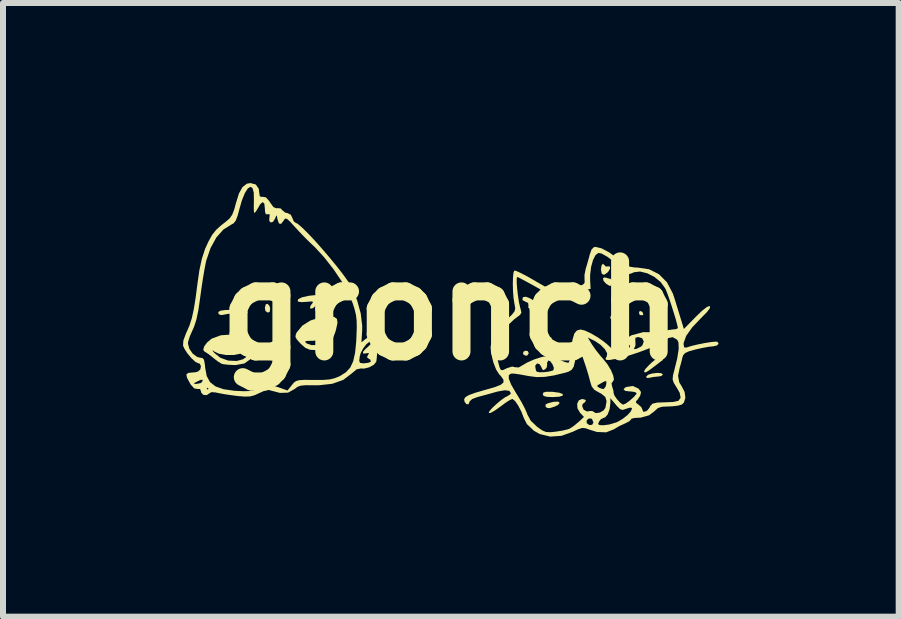
<source format=kicad_pcb>
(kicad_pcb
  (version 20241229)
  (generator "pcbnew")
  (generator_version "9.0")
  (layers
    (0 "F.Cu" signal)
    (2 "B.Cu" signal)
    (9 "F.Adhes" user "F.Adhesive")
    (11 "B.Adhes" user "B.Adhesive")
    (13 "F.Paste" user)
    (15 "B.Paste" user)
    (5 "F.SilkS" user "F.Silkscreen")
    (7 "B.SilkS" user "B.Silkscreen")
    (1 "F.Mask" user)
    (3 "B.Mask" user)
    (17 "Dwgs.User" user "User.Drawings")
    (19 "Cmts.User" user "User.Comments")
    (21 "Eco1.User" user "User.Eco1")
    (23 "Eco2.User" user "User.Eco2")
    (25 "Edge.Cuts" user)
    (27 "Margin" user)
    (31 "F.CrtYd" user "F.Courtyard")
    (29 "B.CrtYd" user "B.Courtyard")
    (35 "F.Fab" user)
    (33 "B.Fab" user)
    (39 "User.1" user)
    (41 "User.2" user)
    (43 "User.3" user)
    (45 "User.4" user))
  (footprint "gronch"
    (layer "F.Cu")
    (at 4.46 2.127)
    (property "Reference" "gronch" (at 0 0 0) (layer "F.SilkS") (effects (font (size 1.5 1.5) (thickness 0.3))))
    (attr board_only exclude_from_pos_files exclude_from_bom)
    (fp_poly (pts (xy 1.686 0.476) (xy 1.683 0.505) (xy 1.665 0.528) (xy 1.645 0.505) (xy 1.633 0.459) (xy 1.639 0.446) (xy 1.67 0.441)) (stroke (width 0) (type solid)) (fill yes) (layer "F.SilkS"))
    (fp_poly (pts (xy 3.194 0.022) (xy 3.209 0.061) (xy 3.196 0.075) (xy 3.153 0.072) (xy 3.143 0.061) (xy 3.135 0.017) (xy 3.166 0.005)) (stroke (width 0) (type solid)) (fill yes) (layer "F.SilkS"))
    (fp_poly (pts (xy -3.019 -0.077) (xy -3.009 -0.037) (xy -3.017 0.02) (xy -3.048 0.031) (xy -3.088 0.004) (xy -3.097 -0.05) (xy -3.082 -0.107) (xy -3.05 -0.115)) (stroke (width 0) (type solid)) (fill yes) (layer "F.SilkS"))
    (fp_poly (pts (xy -2.819 -0.131) (xy -2.815 -0.109) (xy -2.832 -0.068) (xy -2.847 -0.063) (xy -2.874 -0.088) (xy -2.878 -0.109) (xy -2.861 -0.151) (xy -2.847 -0.156)) (stroke (width 0) (type solid)) (fill yes) (layer "F.SilkS"))
    (fp_poly (pts (xy -2.813 0.955) (xy -2.788 0.994) (xy -2.788 1.041) (xy -2.813 1.064) (xy -2.856 1.041) (xy -2.862 1.032) (xy -2.868 0.986) (xy -2.843 0.953)) (stroke (width 0) (type solid)) (fill yes) (layer "F.SilkS"))
    (fp_poly (pts (xy 1.283 0.673) (xy 1.3 0.709) (xy 1.276 0.744) (xy 1.251 0.751) (xy 1.21 0.728) (xy 1.206 0.722) (xy 1.208 0.685) (xy 1.245 0.665)) (stroke (width 0) (type solid)) (fill yes) (layer "F.SilkS"))
    (fp_poly (pts (xy 1.481 0.553) (xy 1.501 0.597) (xy 1.481 0.625) (xy 1.472 0.626) (xy 1.429 0.603) (xy 1.425 0.596) (xy 1.426 0.559) (xy 1.459 0.543)) (stroke (width 0) (type solid)) (fill yes) (layer "F.SilkS"))
    (fp_poly (pts (xy 2.718 0.088) (xy 2.721 0.109) (xy 2.705 0.151) (xy 2.69 0.156) (xy 2.662 0.131) (xy 2.659 0.109) (xy 2.676 0.068) (xy 2.69 0.063)) (stroke (width 0) (type solid)) (fill yes) (layer "F.SilkS"))
    (fp_poly (pts (xy 2.814 0.055) (xy 2.815 0.063) (xy 2.791 0.093) (xy 2.784 0.094) (xy 2.754 0.07) (xy 2.753 0.063) (xy 2.777 0.032) (xy 2.784 0.031)) (stroke (width 0) (type solid)) (fill yes) (layer "F.SilkS"))
    (fp_poly (pts (xy 2.966 0.024) (xy 2.972 0.045) (xy 2.954 0.096) (xy 2.917 0.114) (xy 2.898 0.103) (xy 2.878 0.054) (xy 2.896 0.01) (xy 2.925 0)) (stroke (width 0) (type solid)) (fill yes) (layer "F.SilkS"))
    (fp_poly (pts (xy -2.921 0.959) (xy -2.914 0.983) (xy -2.919 1.041) (xy -2.946 1.079) (xy -2.98 1.076) (xy -2.982 1.074) (xy -2.998 1.029) (xy -3.003 0.978) (xy -2.987 0.924) (xy -2.953 0.918)) (stroke (width 0) (type solid)) (fill yes) (layer "F.SilkS"))
    (fp_poly (pts (xy 1.815 1.536) (xy 1.784 1.572) (xy 1.734 1.596) (xy 1.65 1.623) (xy 1.603 1.619) (xy 1.581 1.597) (xy 1.576 1.568) (xy 1.61 1.545) (xy 1.694 1.522) (xy 1.713 1.518) (xy 1.79 1.514)) (stroke (width 0) (type solid)) (fill yes) (layer "F.SilkS"))
    (fp_poly (pts (xy 2.583 -0.551) (xy 2.643 -0.534) (xy 2.661 -0.532) (xy 2.685 -0.506) (xy 2.69 -0.469) (xy 2.679 -0.417) (xy 2.642 -0.416) (xy 2.588 -0.45) (xy 2.545 -0.498) (xy 2.536 -0.54) (xy 2.561 -0.556)) (stroke (width 0) (type solid)) (fill yes) (layer "F.SilkS"))
    (fp_poly (pts (xy 1.686 1.351) (xy 1.695 1.351) (xy 1.808 1.366) (xy 1.866 1.389) (xy 1.867 1.413) (xy 1.811 1.432) (xy 1.707 1.439) (xy 1.604 1.435) (xy 1.55 1.421) (xy 1.533 1.394) (xy 1.533 1.39) (xy 1.545 1.362) (xy 1.592 1.35)) (stroke (width 0) (type solid)) (fill yes) (layer "F.SilkS"))
    (fp_poly (pts (xy 3.504 1.04) (xy 3.534 1.059) (xy 3.535 1.062) (xy 3.508 1.088) (xy 3.464 1.095) (xy 3.375 1.104) (xy 3.319 1.116) (xy 3.266 1.122) (xy 3.258 1.096) (xy 3.259 1.092) (xy 3.294 1.064) (xy 3.361 1.045) (xy 3.439 1.036)) (stroke (width 0) (type solid)) (fill yes) (layer "F.SilkS"))
    (fp_poly (pts (xy 2.564 -0.759) (xy 2.565 -0.752) (xy 2.588 -0.735) (xy 2.612 -0.739) (xy 2.651 -0.738) (xy 2.655 -0.702) (xy 2.623 -0.649) (xy 2.614 -0.639) (xy 2.554 -0.598) (xy 2.516 -0.615) (xy 2.502 -0.688) (xy 2.512 -0.754) (xy 2.533 -0.782) (xy 2.534 -0.782)) (stroke (width 0) (type solid)) (fill yes) (layer "F.SilkS"))
    (fp_poly (pts (xy 3.513 0.779) (xy 3.535 0.813) (xy 3.533 0.821) (xy 3.502 0.843) (xy 3.439 0.892) (xy 3.388 0.931) (xy 3.299 0.997) (xy 3.248 1.027) (xy 3.226 1.024) (xy 3.222 1.005) (xy 3.243 0.97) (xy 3.299 0.91) (xy 3.35 0.861) (xy 3.435 0.792) (xy 3.49 0.77)) (stroke (width 0) (type solid)) (fill yes) (layer "F.SilkS"))
    (fp_poly (pts (xy -3.486 -0.011) (xy -3.408 0.005) (xy -3.386 0.024) (xy -3.393 0.048) (xy -3.444 0.051) (xy -3.495 0.045) (xy -3.61 0.04) (xy -3.725 0.055) (xy -3.732 0.057) (xy -3.824 0.073) (xy -3.866 0.058) (xy -3.874 0.023) (xy -3.84 -0.000022) (xy -3.759 -0.012) (xy -3.622 -0.016) (xy -3.621 -0.016)) (stroke (width 0) (type solid)) (fill yes) (layer "F.SilkS"))
    (fp_poly (pts (xy 1.322 -0.206) (xy 1.399 -0.157) (xy 1.464 -0.1) (xy 1.499 -0.046) (xy 1.501 -0.032) (xy 1.481 0.000401) (xy 1.436 0.032) (xy 1.392 0.049) (xy 1.373 0.04) (xy 1.373 -0.008) (xy 1.351 -0.028) (xy 1.326 -0.031) (xy 1.291 -0.05) (xy 1.295 -0.081) (xy 1.289 -0.129) (xy 1.251 -0.147) (xy 1.195 -0.177) (xy 1.199 -0.218) (xy 1.208 -0.227) (xy 1.253 -0.233)) (stroke (width 0) (type solid)) (fill yes) (layer "F.SilkS"))
    (fp_poly (pts (xy -2.132 -0.25) (xy -2.113 -0.227) (xy -2.097 -0.156) (xy -2.118 -0.131) (xy -2.14 -0.135) (xy -2.192 -0.127) (xy -2.238 -0.092) (xy -2.296 -0.043) (xy -2.335 -0.034) (xy -2.346 -0.056) (xy -2.327 -0.098) (xy -2.307 -0.123) (xy -2.293 -0.147) (xy -2.32 -0.155) (xy -2.399 -0.148) (xy -2.401 -0.148) (xy -2.486 -0.143) (xy -2.542 -0.152) (xy -2.55 -0.158) (xy -2.542 -0.192) (xy -2.48 -0.223) (xy -2.371 -0.248) (xy -2.293 -0.257) (xy -2.189 -0.262)) (stroke (width 0) (type solid)) (fill yes) (layer "F.SilkS"))
    (fp_poly (pts (xy -1.942 0.103) (xy -1.896 0.136) (xy -1.887 0.202) (xy -1.911 0.312) (xy -1.924 0.357) (xy -1.979 0.501) (xy -2.04 0.592) (xy -2.119 0.64) (xy -2.226 0.657) (xy -2.247 0.657) (xy -2.348 0.65) (xy -2.421 0.62) (xy -2.496 0.554) (xy -2.502 0.548) (xy -2.533 0.514) (xy -2.428 0.514) (xy -2.411 0.536) (xy -2.398 0.546) (xy -2.321 0.573) (xy -2.219 0.571) (xy -2.125 0.544) (xy -2.073 0.507) (xy -2.045 0.457) (xy -2.066 0.445) (xy -2.122 0.467) (xy -2.193 0.488) (xy -2.292 0.501) (xy -2.321 0.501) (xy -2.401 0.504) (xy -2.428 0.514) (xy -2.533 0.514) (xy -2.564 0.48) (xy -2.588 0.434) (xy -2.58 0.389) (xy -2.564 0.358) (xy -2.473 0.248) (xy -2.338 0.163) (xy -2.174 0.109) (xy -2.028 0.094)) (stroke (width 0) (type solid)) (fill yes) (layer "F.SilkS"))
    (fp_poly (pts (xy -3.494 0.424) (xy -3.348 0.488) (xy -3.292 0.531) (xy -3.246 0.587) (xy -3.245 0.642) (xy -3.259 0.681) (xy -3.335 0.806) (xy -3.44 0.879) (xy -3.583 0.905) (xy -3.607 0.905) (xy -3.709 0.9) (xy -3.79 0.891) (xy -3.816 0.884) (xy -3.869 0.853) (xy -3.942 0.798) (xy -3.962 0.781) (xy -4.034 0.724) (xy -4.092 0.686) (xy -4.103 0.681) (xy -4.119 0.657) (xy -3.971 0.657) (xy -3.963 0.673) (xy -3.941 0.701) (xy -3.84 0.783) (xy -3.708 0.831) (xy -3.566 0.837) (xy -3.461 0.809) (xy -3.398 0.764) (xy -3.37 0.721) (xy -3.366 0.689) (xy -3.388 0.683) (xy -3.45 0.7) (xy -3.484 0.712) (xy -3.608 0.737) (xy -3.743 0.738) (xy -3.864 0.716) (xy -3.938 0.68) (xy -3.971 0.657) (xy -4.119 0.657) (xy -4.124 0.649) (xy -4.107 0.593) (xy -4.059 0.528) (xy -3.99 0.47) (xy -3.978 0.463) (xy -3.83 0.409) (xy -3.662 0.397)) (stroke (width 0) (type solid)) (fill yes) (layer "F.SilkS"))
    (fp_poly (pts (xy -3.248 -2.103) (xy -3.199 -2.032) (xy -3.191 -1.967) (xy -3.182 -1.907) (xy -3.148 -1.895) (xy -3.133 -1.898) (xy -3.08 -1.889) (xy -3.026 -1.829) (xy -3.009 -1.802) (xy -2.954 -1.727) (xy -2.907 -1.706) (xy -2.891 -1.71) (xy -2.833 -1.704) (xy -2.81 -1.678) (xy -2.757 -1.634) (xy -2.72 -1.627) (xy -2.664 -1.598) (xy -2.64 -1.548) (xy -2.616 -1.49) (xy -2.592 -1.47) (xy -2.548 -1.447) (xy -2.473 -1.382) (xy -2.375 -1.285) (xy -2.26 -1.163) (xy -2.138 -1.025) (xy -2.014 -0.88) (xy -1.896 -0.736) (xy -1.792 -0.602) (xy -1.708 -0.485) (xy -1.653 -0.395) (xy -1.651 -0.391) (xy -1.561 -0.176) (xy -1.5 0.046) (xy -1.475 0.252) (xy -1.476 0.328) (xy -1.488 0.526) (xy -1.413 0.466) (xy -1.339 0.423) (xy -1.276 0.407) (xy -1.243 0.413) (xy -1.226 0.443) (xy -1.221 0.509) (xy -1.222 0.602) (xy -1.227 0.714) (xy -1.235 0.806) (xy -1.241 0.849) (xy -1.28 0.899) (xy -1.356 0.942) (xy -1.442 0.964) (xy -1.498 0.962) (xy -1.567 0.976) (xy -1.655 1.049) (xy -1.792 1.153) (xy -1.973 1.217) (xy -2.199 1.242) (xy -2.289 1.242) (xy -2.416 1.241) (xy -2.498 1.248) (xy -2.554 1.268) (xy -2.6 1.303) (xy -2.604 1.306) (xy -2.711 1.365) (xy -2.847 1.369) (xy -2.958 1.34) (xy -3.031 1.321) (xy -3.097 1.33) (xy -3.185 1.37) (xy -3.188 1.371) (xy -3.266 1.407) (xy -3.339 1.427) (xy -3.425 1.431) (xy -3.542 1.422) (xy -3.66 1.407) (xy -3.773 1.39) (xy -3.874 1.371) (xy -3.915 1.362) (xy -3.986 1.356) (xy -4.018 1.374) (xy -4.065 1.406) (xy -4.121 1.402) (xy -4.157 1.366) (xy -4.16 1.348) (xy -4.177 1.304) (xy -4.219 1.304) (xy -4.251 1.298) (xy -4.067 1.298) (xy -4.051 1.314) (xy -4.035 1.298) (xy -4.051 1.283) (xy -4.067 1.298) (xy -4.251 1.298) (xy -4.273 1.295) (xy -4.33 1.233) (xy -4.344 1.211) (xy -4.346 1.207) (xy -4.275 1.207) (xy -4.273 1.218) (xy -4.233 1.219) (xy -4.169 1.206) (xy -4.143 1.187) (xy -4.132 1.15) (xy -4.167 1.152) (xy -4.223 1.178) (xy -4.275 1.207) (xy -4.346 1.207) (xy -4.395 1.116) (xy -4.405 1.06) (xy -4.373 1.036) (xy -4.335 1.032) (xy -4.254 1.025) (xy -4.21 1.013) (xy -4.172 0.976) (xy -4.162 0.924) (xy -4.181 0.883) (xy -4.204 0.876) (xy -4.254 0.852) (xy -4.32 0.791) (xy -4.387 0.712) (xy -4.439 0.631) (xy -4.46 0.582) (xy -4.458 0.546) (xy -4.379 0.546) (xy -4.356 0.633) (xy -4.299 0.715) (xy -4.225 0.77) (xy -4.178 0.782) (xy -4.135 0.789) (xy -4.111 0.818) (xy -4.098 0.886) (xy -4.091 0.953) (xy -4.066 1.088) (xy -4.011 1.189) (xy -3.919 1.261) (xy -3.785 1.308) (xy -3.6 1.334) (xy -3.455 1.341) (xy -3.358 1.338) (xy -3.287 1.327) (xy -3.267 1.318) (xy -3.219 1.29) (xy -3.141 1.259) (xy -3.132 1.256) (xy -3.051 1.238) (xy -2.969 1.245) (xy -2.873 1.275) (xy -2.72 1.329) (xy -2.648 1.239) (xy -2.613 1.197) (xy -2.576 1.171) (xy -2.524 1.157) (xy -2.443 1.152) (xy -2.316 1.153) (xy -2.28 1.153) (xy -2.129 1.153) (xy -2.021 1.145) (xy -1.938 1.126) (xy -1.86 1.095) (xy -1.844 1.087) (xy -1.746 1.025) (xy -1.675 0.948) (xy -1.626 0.843) (xy -1.624 0.835) (xy -1.525 0.835) (xy -1.512 0.868) (xy -1.464 0.876) (xy -1.442 0.876) (xy -1.37 0.867) (xy -1.331 0.848) (xy -1.34 0.815) (xy -1.364 0.801) (xy -1.397 0.775) (xy -1.378 0.737) (xy -1.36 0.706) (xy -1.392 0.706) (xy -1.406 0.71) (xy -1.459 0.714) (xy -1.463 0.686) (xy -1.417 0.634) (xy -1.384 0.606) (xy -1.333 0.556) (xy -1.316 0.521) (xy -1.318 0.517) (xy -1.355 0.517) (xy -1.406 0.558) (xy -1.458 0.626) (xy -1.5 0.705) (xy -1.516 0.759) (xy -1.525 0.835) (xy -1.624 0.835) (xy -1.594 0.701) (xy -1.575 0.51) (xy -1.572 0.442) (xy -1.566 0.283) (xy -1.568 0.165) (xy -1.58 0.067) (xy -1.604 -0.032) (xy -1.636 -0.131) (xy -1.709 -0.3) (xy -1.82 -0.494) (xy -1.956 -0.695) (xy -2.107 -0.888) (xy -2.262 -1.057) (xy -2.303 -1.095) (xy -2.41 -1.199) (xy -2.527 -1.32) (xy -2.602 -1.402) (xy -2.679 -1.486) (xy -2.727 -1.529) (xy -2.755 -1.537) (xy -2.776 -1.516) (xy -2.783 -1.503) (xy -2.827 -1.447) (xy -2.862 -1.453) (xy -2.886 -1.519) (xy -2.887 -1.525) (xy -2.898 -1.583) (xy -2.909 -1.582) (xy -2.924 -1.541) (xy -2.959 -1.483) (xy -2.999 -1.469) (xy -3.024 -1.497) (xy -3.022 -1.548) (xy -3.015 -1.602) (xy -3.039 -1.61) (xy -3.049 -1.607) (xy -3.082 -1.608) (xy -3.095 -1.654) (xy -3.097 -1.701) (xy -3.106 -1.785) (xy -3.133 -1.81) (xy -3.175 -1.774) (xy -3.206 -1.72) (xy -3.244 -1.657) (xy -3.271 -1.627) (xy -3.272 -1.627) (xy -3.28 -1.655) (xy -3.282 -1.73) (xy -3.28 -1.835) (xy -3.28 -1.835) (xy -3.282 -1.967) (xy -3.303 -2.043) (xy -3.338 -2.065) (xy -3.382 -2.036) (xy -3.431 -1.959) (xy -3.481 -1.835) (xy -3.517 -1.709) (xy -3.551 -1.583) (xy -3.581 -1.504) (xy -3.615 -1.459) (xy -3.658 -1.434) (xy -3.658 -1.434) (xy -3.788 -1.353) (xy -3.905 -1.221) (xy -4.002 -1.045) (xy -4.073 -0.837) (xy -4.08 -0.808) (xy -4.102 -0.696) (xy -4.128 -0.544) (xy -4.154 -0.371) (xy -4.175 -0.219) (xy -4.205 -0.01) (xy -4.238 0.148) (xy -4.277 0.268) (xy -4.302 0.324) (xy -4.346 0.423) (xy -4.374 0.51) (xy -4.379 0.546) (xy -4.458 0.546) (xy -4.455 0.496) (xy -4.411 0.377) (xy -4.401 0.356) (xy -4.354 0.248) (xy -4.314 0.124) (xy -4.281 -0.028) (xy -4.25 -0.219) (xy -4.222 -0.438) (xy -4.188 -0.676) (xy -4.146 -0.868) (xy -4.093 -1.031) (xy -4.035 -1.157) (xy -3.976 -1.263) (xy -3.911 -1.345) (xy -3.824 -1.424) (xy -3.749 -1.482) (xy -3.685 -1.537) (xy -3.641 -1.6) (xy -3.606 -1.691) (xy -3.58 -1.789) (xy -3.529 -1.954) (xy -3.469 -2.061) (xy -3.397 -2.116) (xy -3.338 -2.127)) (stroke (width 0) (type solid)) (fill yes) (layer "F.SilkS"))
    (fp_poly (pts (xy 2.513 -1.039) (xy 2.643 -0.97) (xy 2.793 -0.86) (xy 2.817 -0.84) (xy 2.909 -0.769) (xy 2.985 -0.733) (xy 3.071 -0.72) (xy 3.112 -0.719) (xy 3.305 -0.691) (xy 3.469 -0.608) (xy 3.602 -0.474) (xy 3.699 -0.289) (xy 3.719 -0.232) (xy 3.743 -0.156) (xy 3.777 -0.045) (xy 3.815 0.079) (xy 3.816 0.082) (xy 3.884 0.304) (xy 4.082 0.102) (xy 4.188 -0.000429) (xy 4.267 -0.062) (xy 4.313 -0.079) (xy 4.317 -0.078) (xy 4.319 -0.045) (xy 4.27 0.021) (xy 4.179 0.113) (xy 4.023 0.277) (xy 3.923 0.418) (xy 3.881 0.534) (xy 3.879 0.559) (xy 3.889 0.611) (xy 3.925 0.614) (xy 3.934 0.611) (xy 4.01 0.587) (xy 4.115 0.562) (xy 4.229 0.539) (xy 4.335 0.522) (xy 4.413 0.515) (xy 4.444 0.518) (xy 4.463 0.55) (xy 4.434 0.579) (xy 4.369 0.594) (xy 4.36 0.594) (xy 4.29 0.602) (xy 4.184 0.622) (xy 4.08 0.645) (xy 3.969 0.676) (xy 3.905 0.705) (xy 3.872 0.741) (xy 3.86 0.778) (xy 3.837 0.872) (xy 3.814 0.951) (xy 3.787 1.085) (xy 3.806 1.191) (xy 3.848 1.26) (xy 3.896 1.353) (xy 3.909 1.45) (xy 3.885 1.529) (xy 3.85 1.563) (xy 3.784 1.582) (xy 3.684 1.593) (xy 3.624 1.595) (xy 3.519 1.6) (xy 3.453 1.621) (xy 3.403 1.665) (xy 3.395 1.674) (xy 3.303 1.743) (xy 3.166 1.781) (xy 3.058 1.787) (xy 3.011 1.799) (xy 3.003 1.812) (xy 2.977 1.84) (xy 2.913 1.874) (xy 2.901 1.879) (xy 2.802 1.925) (xy 2.717 1.976) (xy 2.589 2.026) (xy 2.436 2.02) (xy 2.319 1.984) (xy 2.245 1.958) (xy 2.189 1.953) (xy 2.126 1.973) (xy 2.037 2.015) (xy 1.846 2.084) (xy 1.658 2.097) (xy 1.484 2.055) (xy 1.387 2.001) (xy 1.268 1.888) (xy 1.219 1.791) (xy 1.176 1.681) (xy 1.124 1.58) (xy 1.072 1.505) (xy 1.03 1.471) (xy 1.025 1.47) (xy 0.984 1.488) (xy 0.911 1.535) (xy 0.823 1.6) (xy 0.736 1.662) (xy 0.668 1.7) (xy 0.633 1.707) (xy 0.633 1.707) (xy 0.642 1.677) (xy 0.688 1.623) (xy 0.757 1.558) (xy 0.834 1.493) (xy 0.904 1.443) (xy 0.946 1.422) (xy 0.992 1.392) (xy 1.001 1.373) (xy 0.974 1.334) (xy 0.897 1.325) (xy 0.772 1.348) (xy 0.745 1.356) (xy 0.62 1.391) (xy 0.494 1.425) (xy 0.446 1.438) (xy 0.358 1.471) (xy 0.315 1.509) (xy 0.313 1.518) (xy 0.295 1.559) (xy 0.259 1.555) (xy 0.229 1.515) (xy 0.223 1.474) (xy 0.245 1.439) (xy 0.303 1.405) (xy 0.405 1.368) (xy 0.559 1.323) (xy 0.584 1.316) (xy 0.737 1.272) (xy 0.833 1.234) (xy 0.878 1.195) (xy 0.878 1.15) (xy 0.837 1.091) (xy 0.82 1.073) (xy 0.967 1.073) (xy 0.967 1.133) (xy 1.007 1.232) (xy 1.088 1.372) (xy 1.109 1.405) (xy 1.178 1.521) (xy 1.236 1.631) (xy 1.272 1.715) (xy 1.275 1.726) (xy 1.332 1.832) (xy 1.438 1.933) (xy 1.521 1.992) (xy 1.586 2.02) (xy 1.662 2.024) (xy 1.749 2.015) (xy 1.858 1.998) (xy 1.949 1.976) (xy 1.986 1.962) (xy 2.052 1.918) (xy 2.127 1.855) (xy 2.134 1.849) (xy 2.154 1.831) (xy 2.263 1.831) (xy 2.266 1.874) (xy 2.309 1.905) (xy 2.356 1.9) (xy 2.363 1.888) (xy 2.455 1.888) (xy 2.477 1.905) (xy 2.545 1.908) (xy 2.643 1.895) (xy 2.754 1.862) (xy 2.78 1.851) (xy 2.864 1.802) (xy 2.942 1.741) (xy 2.998 1.68) (xy 3.02 1.632) (xy 3.014 1.617) (xy 2.976 1.616) (xy 2.917 1.636) (xy 2.864 1.653) (xy 2.821 1.64) (xy 2.768 1.587) (xy 2.749 1.564) (xy 2.659 1.457) (xy 2.659 1.54) (xy 2.646 1.643) (xy 2.614 1.728) (xy 2.571 1.778) (xy 2.551 1.783) (xy 2.501 1.808) (xy 2.471 1.846) (xy 2.455 1.888) (xy 2.363 1.888) (xy 2.377 1.863) (xy 2.356 1.809) (xy 2.343 1.797) (xy 2.296 1.796) (xy 2.263 1.831) (xy 2.154 1.831) (xy 2.219 1.769) (xy 2.154 1.7) (xy 2.111 1.626) (xy 2.106 1.549) (xy 2.135 1.491) (xy 2.19 1.47) (xy 2.241 1.483) (xy 2.252 1.501) (xy 2.228 1.532) (xy 2.221 1.533) (xy 2.195 1.559) (xy 2.19 1.592) (xy 2.215 1.65) (xy 2.271 1.679) (xy 2.321 1.67) (xy 2.364 1.672) (xy 2.373 1.682) (xy 2.419 1.706) (xy 2.485 1.696) (xy 2.547 1.66) (xy 2.577 1.616) (xy 2.596 1.508) (xy 2.575 1.437) (xy 2.507 1.382) (xy 2.473 1.364) (xy 2.392 1.318) (xy 2.348 1.26) (xy 2.343 1.245) (xy 2.441 1.245) (xy 2.446 1.265) (xy 2.484 1.289) (xy 2.531 1.304) (xy 2.549 1.303) (xy 2.578 1.268) (xy 2.591 1.224) (xy 2.593 1.176) (xy 2.568 1.174) (xy 2.528 1.195) (xy 2.469 1.229) (xy 2.441 1.245) (xy 2.343 1.245) (xy 2.319 1.168) (xy 2.318 1.161) (xy 2.291 1.061) (xy 2.25 0.928) (xy 2.203 0.79) (xy 2.196 0.771) (xy 2.105 0.525) (xy 2.086 0.711) (xy 2.069 0.846) (xy 2.048 0.933) (xy 2.014 0.985) (xy 1.961 1.016) (xy 1.91 1.032) (xy 1.719 1.078) (xy 1.567 1.102) (xy 1.434 1.106) (xy 1.301 1.089) (xy 1.263 1.082) (xy 1.15 1.061) (xy 1.057 1.048) (xy 1.006 1.047) (xy 0.967 1.073) (xy 0.82 1.073) (xy 0.804 1.056) (xy 0.756 0.98) (xy 0.711 0.864) (xy 0.691 0.788) (xy 0.669 0.677) (xy 0.665 0.617) (xy 0.753 0.617) (xy 0.766 0.738) (xy 0.787 0.842) (xy 0.812 0.94) (xy 0.834 0.986) (xy 0.868 0.99) (xy 0.926 0.962) (xy 0.938 0.956) (xy 1.025 0.93) (xy 1.068 0.941) (xy 1.132 0.945) (xy 1.154 0.933) (xy 1.408 0.933) (xy 1.419 0.994) (xy 1.431 1.014) (xy 1.474 1.025) (xy 1.551 1.024) (xy 1.634 1.014) (xy 1.698 0.997) (xy 1.712 0.988) (xy 1.717 0.949) (xy 1.695 0.893) (xy 1.661 0.845) (xy 1.628 0.829) (xy 1.624 0.83) (xy 1.603 0.873) (xy 1.607 0.892) (xy 1.599 0.944) (xy 1.576 0.973) (xy 1.538 0.992) (xy 1.516 0.958) (xy 1.512 0.944) (xy 1.481 0.891) (xy 1.44 0.878) (xy 1.411 0.908) (xy 1.408 0.933) (xy 1.154 0.933) (xy 1.193 0.91) (xy 1.275 0.862) (xy 1.389 0.812) (xy 1.509 0.773) (xy 1.607 0.752) (xy 1.627 0.751) (xy 1.691 0.765) (xy 1.78 0.8) (xy 1.812 0.816) (xy 1.893 0.852) (xy 1.952 0.866) (xy 1.965 0.864) (xy 1.981 0.826) (xy 1.997 0.744) (xy 2.011 0.633) (xy 2.011 0.624) (xy 2.03 0.475) (xy 2.039 0.446) (xy 2.283 0.446) (xy 2.351 0.559) (xy 2.414 0.651) (xy 2.496 0.754) (xy 2.535 0.798) (xy 2.61 0.891) (xy 2.669 0.99) (xy 2.707 1.08) (xy 2.719 1.149) (xy 2.7 1.18) (xy 2.678 1.211) (xy 2.691 1.27) (xy 2.711 1.336) (xy 2.713 1.37) (xy 2.726 1.411) (xy 2.767 1.471) (xy 2.819 1.529) (xy 2.864 1.562) (xy 2.872 1.564) (xy 2.917 1.545) (xy 2.982 1.498) (xy 3.046 1.441) (xy 3.089 1.392) (xy 3.097 1.374) (xy 3.069 1.355) (xy 3.002 1.345) (xy 2.987 1.345) (xy 2.909 1.336) (xy 2.879 1.312) (xy 2.902 1.282) (xy 2.927 1.27) (xy 3.034 1.254) (xy 3.125 1.296) (xy 3.132 1.302) (xy 3.17 1.354) (xy 3.157 1.413) (xy 3.154 1.419) (xy 3.114 1.48) (xy 3.088 1.506) (xy 3.087 1.533) (xy 3.124 1.562) (xy 3.176 1.607) (xy 3.191 1.643) (xy 3.208 1.685) (xy 3.257 1.674) (xy 3.271 1.665) (xy 3.31 1.618) (xy 3.325 1.587) (xy 3.362 1.548) (xy 3.444 1.53) (xy 3.479 1.529) (xy 3.588 1.525) (xy 3.687 1.521) (xy 3.703 1.521) (xy 3.793 1.501) (xy 3.83 1.45) (xy 3.814 1.368) (xy 3.768 1.286) (xy 3.716 1.203) (xy 3.696 1.142) (xy 3.703 1.075) (xy 3.721 1.006) (xy 3.773 0.795) (xy 3.798 0.635) (xy 3.794 0.528) (xy 3.772 0.483) (xy 3.699 0.441) (xy 3.628 0.454) (xy 3.611 0.467) (xy 3.543 0.515) (xy 3.43 0.573) (xy 3.286 0.635) (xy 3.126 0.695) (xy 2.966 0.747) (xy 2.908 0.763) (xy 2.748 0.803) (xy 2.642 0.821) (xy 2.587 0.818) (xy 2.579 0.794) (xy 2.598 0.764) (xy 2.606 0.711) (xy 2.568 0.641) (xy 2.567 0.64) (xy 3.051 0.64) (xy 3.091 0.636) (xy 3.094 0.635) (xy 3.164 0.601) (xy 3.193 0.576) (xy 3.216 0.512) (xy 3.188 0.458) (xy 3.125 0.438) (xy 3.077 0.45) (xy 3.074 0.496) (xy 3.076 0.507) (xy 3.078 0.577) (xy 3.062 0.614) (xy 3.051 0.64) (xy 2.567 0.64) (xy 2.496 0.568) (xy 2.4 0.503) (xy 2.386 0.497) (xy 2.283 0.446) (xy 2.039 0.446) (xy 2.059 0.379) (xy 2.103 0.328) (xy 2.164 0.313) (xy 2.234 0.33) (xy 2.333 0.376) (xy 2.444 0.44) (xy 2.548 0.512) (xy 2.601 0.555) (xy 2.683 0.631) (xy 2.777 0.559) (xy 2.896 0.559) (xy 2.897 0.601) (xy 2.944 0.624) (xy 2.96 0.626) (xy 2.987 0.603) (xy 2.983 0.579) (xy 2.947 0.535) (xy 2.906 0.546) (xy 2.896 0.559) (xy 2.777 0.559) (xy 2.829 0.519) (xy 3.014 0.408) (xy 3.207 0.357) (xy 3.397 0.359) (xy 3.508 0.366) (xy 3.571 0.354) (xy 3.58 0.346) (xy 3.624 0.322) (xy 3.693 0.313) (xy 3.758 0.306) (xy 3.784 0.289) (xy 3.774 0.236) (xy 3.748 0.14) (xy 3.711 0.019) (xy 3.67 -0.11) (xy 3.629 -0.232) (xy 3.593 -0.328) (xy 3.574 -0.371) (xy 3.499 -0.476) (xy 3.394 -0.563) (xy 3.273 -0.624) (xy 3.154 -0.653) (xy 3.052 -0.641) (xy 3.028 -0.629) (xy 2.98 -0.612) (xy 2.931 -0.632) (xy 2.885 -0.672) (xy 2.734 -0.804) (xy 2.609 -0.899) (xy 2.513 -0.953) (xy 2.46 -0.963) (xy 2.412 -0.927) (xy 2.37 -0.844) (xy 2.338 -0.729) (xy 2.322 -0.597) (xy 2.322 -0.503) (xy 2.33 -0.365) (xy 2.15 -0.324) (xy 2.033 -0.293) (xy 1.927 -0.257) (xy 1.879 -0.235) (xy 1.838 -0.217) (xy 1.799 -0.211) (xy 1.752 -0.221) (xy 1.683 -0.251) (xy 1.582 -0.305) (xy 1.457 -0.376) (xy 1.328 -0.448) (xy 1.219 -0.507) (xy 1.142 -0.548) (xy 1.107 -0.563) (xy 1.107 -0.563) (xy 1.099 -0.535) (xy 1.099 -0.462) (xy 1.107 -0.361) (xy 1.12 -0.25) (xy 1.136 -0.144) (xy 1.154 -0.061) (xy 1.162 -0.035) (xy 1.177 0.032) (xy 1.153 0.071) (xy 1.143 0.078) (xy 1.052 0.147) (xy 0.951 0.243) (xy 0.862 0.344) (xy 0.802 0.429) (xy 0.802 0.43) (xy 0.765 0.522) (xy 0.753 0.617) (xy 0.665 0.617) (xy 0.664 0.601) (xy 0.679 0.533) (xy 0.714 0.449) (xy 0.721 0.435) (xy 0.786 0.325) (xy 0.877 0.208) (xy 0.941 0.141) (xy 1.021 0.064) (xy 1.062 0.011) (xy 1.074 -0.037) (xy 1.065 -0.099) (xy 1.061 -0.116) (xy 1.046 -0.211) (xy 1.037 -0.329) (xy 1.034 -0.451) (xy 1.037 -0.56) (xy 1.046 -0.639) (xy 1.06 -0.67) (xy 1.095 -0.661) (xy 1.173 -0.625) (xy 1.282 -0.568) (xy 1.411 -0.494) (xy 1.427 -0.484) (xy 1.558 -0.409) (xy 1.671 -0.348) (xy 1.754 -0.308) (xy 1.797 -0.295) (xy 1.799 -0.295) (xy 1.843 -0.311) (xy 1.928 -0.339) (xy 2.036 -0.373) (xy 2.037 -0.373) (xy 2.145 -0.409) (xy 2.206 -0.438) (xy 2.23 -0.467) (xy 2.23 -0.507) (xy 2.229 -0.514) (xy 2.228 -0.597) (xy 2.247 -0.692) (xy 2.247 -0.694) (xy 2.277 -0.794) (xy 2.309 -0.909) (xy 2.314 -0.931) (xy 2.345 -1.019) (xy 2.383 -1.058) (xy 2.411 -1.064)) (stroke (width 0) (type solid)) (fill yes) (layer "F.SilkS")))
  (gr_rect
    (start -3 -3)
    (end 11.923 7.224)
    (stroke (width 0.1) (type default))
    (fill no)
    (layer "Edge.Cuts")))
</source>
